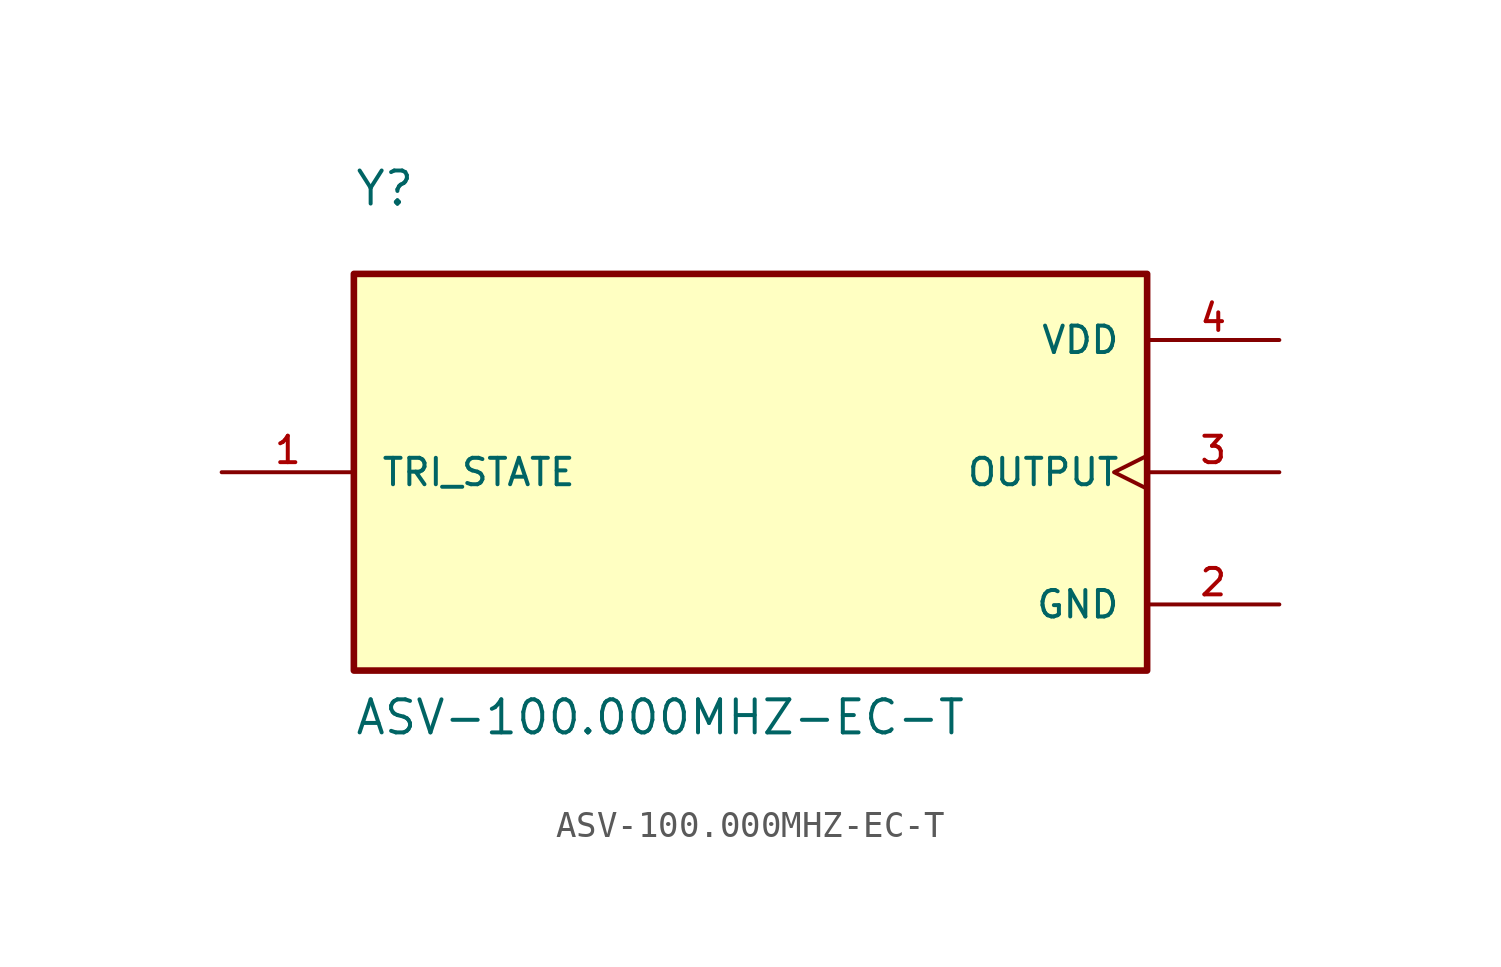
<source format=kicad_sym>
(kicad_symbol_lib
  (version 20211014)
  (generator kicad_symbol_editor)
  (symbol "ASV-100.000MHZ-EC-T"
    (pin_names
      (offset 1.016))
    (property "Reference" "Y"
      (at -15.24 10.16 0)
      (effects (font (size 1.27 1.27)) (justify bottom left)))
    (property "Value" "ASV-100.000MHZ-EC-T"
      (at -15.24 -10.16 0)
      (effects (font (size 1.27 1.27)) (justify bottom left)))
    (symbol "ASV-100.000MHZ-EC-T_0_0"
      (rectangle (start -15.24 -7.62) (end 15.24 7.62) (stroke (width 0.254)) (fill (type background)))
      (pin power_in line (at 20.32 5.08 180.0) (length 5.08) (name "VDD" (effects (font (size 1.016 1.016)))) (number "4" (effects (font (size 1.016 1.016)))))
      (pin input line (at -20.32 0.0 0) (length 5.08) (name "TRI_STATE" (effects (font (size 1.016 1.016)))) (number "1" (effects (font (size 1.016 1.016)))))
      (pin power_in line (at 20.32 -5.08 180.0) (length 5.08) (name "GND" (effects (font (size 1.016 1.016)))) (number "2" (effects (font (size 1.016 1.016)))))
      (pin output clock (at 20.32 0.0 180.0) (length 5.08) (name "OUTPUT" (effects (font (size 1.016 1.016)))) (number "3" (effects (font (size 1.016 1.016))))))))
</source>
